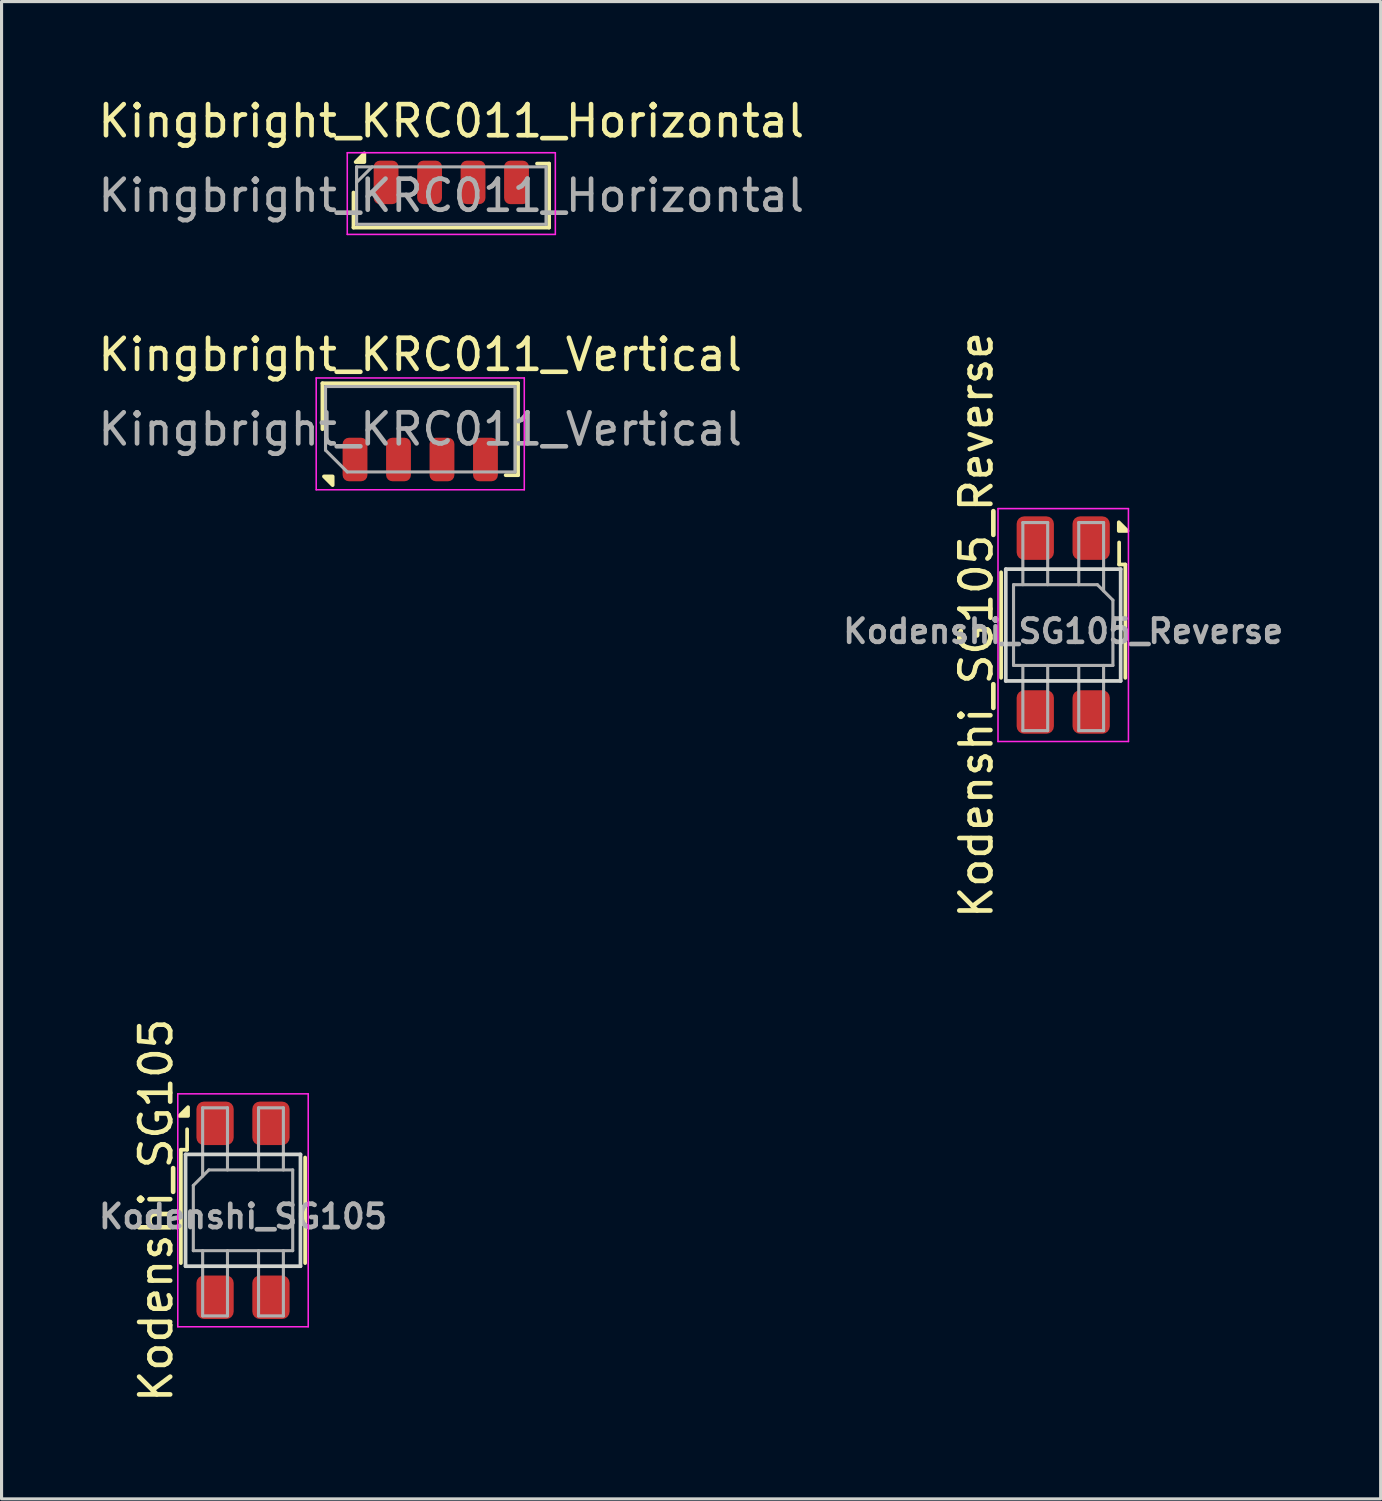
<source format=kicad_pcb>
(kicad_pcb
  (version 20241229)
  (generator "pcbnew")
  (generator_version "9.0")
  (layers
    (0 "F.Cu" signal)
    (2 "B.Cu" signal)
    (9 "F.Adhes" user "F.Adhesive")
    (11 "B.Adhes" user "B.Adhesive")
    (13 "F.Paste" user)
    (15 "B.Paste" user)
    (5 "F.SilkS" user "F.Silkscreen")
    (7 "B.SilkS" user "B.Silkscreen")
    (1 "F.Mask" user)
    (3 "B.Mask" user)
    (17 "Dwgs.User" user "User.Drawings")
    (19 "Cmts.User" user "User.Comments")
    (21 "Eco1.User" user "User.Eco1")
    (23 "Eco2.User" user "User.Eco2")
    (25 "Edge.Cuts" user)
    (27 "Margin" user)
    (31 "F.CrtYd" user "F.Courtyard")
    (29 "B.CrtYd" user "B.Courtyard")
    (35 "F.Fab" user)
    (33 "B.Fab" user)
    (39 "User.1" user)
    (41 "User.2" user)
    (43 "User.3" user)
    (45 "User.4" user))
  (footprint "Kingbright_KRC011_Horizontal"
    (layer "F.Cu")
    (at 11.482 3.248)
    (property "Reference" "Kingbright_KRC011_Horizontal" (at 0 -2.4 0) (layer "F.SilkS") (effects (font (size 1 1) (thickness 0.15))))
    (attr smd)
    (fp_line (start -3.15 -0.1) (end -3.15 1.03) (stroke (width 0.12) (type solid)) (layer "F.SilkS"))
    (fp_line (start -3.15 1.03) (end 3.15 1.03) (stroke (width 0.12) (type solid)) (layer "F.SilkS"))
    (fp_line (start 3.15 -1.03) (end 2.76 -1.03) (stroke (width 0.12) (type solid)) (layer "F.SilkS"))
    (fp_line (start 3.15 -1.03) (end 3.15 1.03) (stroke (width 0.12) (type solid)) (layer "F.SilkS"))
    (fp_poly (pts (xy -2.8 -1.08) (xy -3.08 -1.08) (xy -2.8 -1.36) (xy -2.8 -1.08)) (stroke (width 0.12) (type solid)) (fill yes) (layer "F.SilkS"))
    (fp_line (start -3.35 -1.38) (end -3.35 1.25) (stroke (width 0.05) (type solid)) (layer "F.CrtYd"))
    (fp_line (start -3.35 -1.38) (end 3.35 -1.38) (stroke (width 0.05) (type solid)) (layer "F.CrtYd"))
    (fp_line (start -3.35 1.25) (end 3.35 1.25) (stroke (width 0.05) (type solid)) (layer "F.CrtYd"))
    (fp_line (start 3.35 1.25) (end 3.35 -1.38) (stroke (width 0.05) (type solid)) (layer "F.CrtYd"))
    (fp_line (start -3.05 -0.925) (end 3.05 -0.925) (stroke (width 0.1) (type solid)) (layer "F.Fab"))
    (fp_line (start -3.05 -0.425) (end -2.55 -0.925) (stroke (width 0.1) (type solid)) (layer "F.Fab"))
    (fp_line (start -3.05 0.925) (end -3.05 -0.925) (stroke (width 0.1) (type solid)) (layer "F.Fab"))
    (fp_line (start 3.05 -0.925) (end 3.05 0.925) (stroke (width 0.1) (type solid)) (layer "F.Fab"))
    (fp_line (start 3.05 0.925) (end -3.05 0.925) (stroke (width 0.1) (type solid)) (layer "F.Fab"))
    (fp_text user "${REFERENCE}" (at 0 0 0) (layer "F.Fab") (effects (font (size 1 1) (thickness 0.15))))
    (pad "1" smd roundrect (at -2.1 -0.425) (size 0.8 1.4) (layers "F.Cu" "F.Mask" "F.Paste") (roundrect_rratio 0.25))
    (pad "2" smd roundrect (at -0.7 -0.425) (size 0.8 1.4) (layers "F.Cu" "F.Mask" "F.Paste") (roundrect_rratio 0.25))
    (pad "3" smd roundrect (at 0.7 -0.425) (size 0.8 1.4) (layers "F.Cu" "F.Mask" "F.Paste") (roundrect_rratio 0.25))
    (pad "4" smd roundrect (at 2.1 -0.425) (size 0.8 1.4) (layers "F.Cu" "F.Mask" "F.Paste") (roundrect_rratio 0.25)))
  (footprint "Kingbright_KRC011_Vertical"
    (layer "F.Cu")
    (at 10.482 10.771)
    (property "Reference" "Kingbright_KRC011_Vertical" (at 0 -2.4 0) (layer "F.SilkS") (effects (font (size 1 1) (thickness 0.15))))
    (attr smd)
    (fp_line (start -3.15 -1.48) (end -3.15 0) (stroke (width 0.12) (type solid)) (layer "F.SilkS"))
    (fp_line (start 3.15 -1.48) (end -3.15 -1.48) (stroke (width 0.12) (type solid)) (layer "F.SilkS"))
    (fp_line (start 3.15 -1.48) (end 3.15 1.48) (stroke (width 0.12) (type solid)) (layer "F.SilkS"))
    (fp_line (start 3.15 1.48) (end 2.75 1.48) (stroke (width 0.12) (type solid)) (layer "F.SilkS"))
    (fp_poly (pts (xy -2.82 1.52) (xy -2.82 1.8) (xy -3.1 1.52) (xy -2.82 1.52)) (stroke (width 0.12) (type solid)) (fill yes) (layer "F.SilkS"))
    (fp_line (start -3.35 -1.65) (end -3.35 1.95) (stroke (width 0.05) (type solid)) (layer "F.CrtYd"))
    (fp_line (start -3.35 -1.65) (end 3.35 -1.65) (stroke (width 0.05) (type solid)) (layer "F.CrtYd"))
    (fp_line (start -3.35 1.95) (end 3.35 1.95) (stroke (width 0.05) (type solid)) (layer "F.CrtYd"))
    (fp_line (start 3.35 1.95) (end 3.35 -1.65) (stroke (width 0.05) (type solid)) (layer "F.CrtYd"))
    (fp_line (start -3.05 -1.375) (end 3.05 -1.375) (stroke (width 0.1) (type solid)) (layer "F.Fab"))
    (fp_line (start -3.05 0.675) (end -3.05 -1.375) (stroke (width 0.1) (type solid)) (layer "F.Fab"))
    (fp_line (start -3.05 0.675) (end -2.35 1.375) (stroke (width 0.1) (type solid)) (layer "F.Fab"))
    (fp_line (start 3.05 -1.375) (end 3.05 1.375) (stroke (width 0.1) (type solid)) (layer "F.Fab"))
    (fp_line (start 3.05 1.375) (end -2.35 1.375) (stroke (width 0.1) (type solid)) (layer "F.Fab"))
    (fp_text user "${REFERENCE}" (at 0 0 0) (layer "F.Fab") (effects (font (size 1 1) (thickness 0.15))))
    (pad "1" smd roundrect (at -2.1 0.975) (size 0.8 1.4) (layers "F.Cu" "F.Mask" "F.Paste") (roundrect_rratio 0.25))
    (pad "2" smd roundrect (at -0.7 0.975) (size 0.8 1.4) (layers "F.Cu" "F.Mask" "F.Paste") (roundrect_rratio 0.25))
    (pad "3" smd roundrect (at 0.7 0.975) (size 0.8 1.4) (layers "F.Cu" "F.Mask" "F.Paste") (roundrect_rratio 0.25))
    (pad "4" smd roundrect (at 2.1 0.975) (size 0.8 1.4) (layers "F.Cu" "F.Mask" "F.Paste") (roundrect_rratio 0.25)))
  (footprint "Kodenshi_SG105"
    (layer "F.Cu")
    (at 4.775 35.922)
    (property "Reference" "Kodenshi_SG105" (at -2.8 0 90) (layer "F.SilkS") (effects (font (size 1 1) (thickness 0.15))))
    (attr smd)
    (fp_line (start -2 -1.95) (end -1.8 -1.95) (stroke (width 0.12) (type solid)) (layer "F.SilkS"))
    (fp_line (start -2 1.7) (end -2 -1.95) (stroke (width 0.12) (type solid)) (layer "F.SilkS"))
    (fp_line (start -1.8 -1.95) (end -1.8 -2.61) (stroke (width 0.12) (type solid)) (layer "F.SilkS"))
    (fp_line (start 2 1.7) (end 2 -1.7) (stroke (width 0.12) (type solid)) (layer "F.SilkS"))
    (fp_poly (pts (xy -1.77 -3.04) (xy -2.05 -3.04) (xy -1.77 -3.32) (xy -1.77 -3.04)) (stroke (width 0.12) (type solid)) (fill yes) (layer "F.SilkS"))
    (fp_line (start -1.85 -1.8) (end 1.85 -1.8) (stroke (width 0.12) (type solid)) (layer "Edge.Cuts"))
    (fp_line (start -1.85 1.8) (end -1.85 -1.8) (stroke (width 0.12) (type solid)) (layer "Edge.Cuts"))
    (fp_line (start 1.85 -1.8) (end 1.85 1.8) (stroke (width 0.12) (type solid)) (layer "Edge.Cuts"))
    (fp_line (start 1.85 1.8) (end -1.85 1.8) (stroke (width 0.12) (type solid)) (layer "Edge.Cuts"))
    (fp_line (start -2.1 -3.75) (end -2.1 3.75) (stroke (width 0.05) (type solid)) (layer "F.CrtYd"))
    (fp_line (start -2.1 -3.75) (end 2.1 -3.75) (stroke (width 0.05) (type solid)) (layer "F.CrtYd"))
    (fp_line (start 2.1 3.75) (end -2.1 3.75) (stroke (width 0.05) (type solid)) (layer "F.CrtYd"))
    (fp_line (start 2.1 3.75) (end 2.1 -3.75) (stroke (width 0.05) (type solid)) (layer "F.CrtYd"))
    (fp_line (start -1.6 -0.8) (end -1.1 -1.3) (stroke (width 0.1) (type solid)) (layer "F.Fab"))
    (fp_line (start -1.6 1.3) (end -1.6 -0.8) (stroke (width 0.1) (type solid)) (layer "F.Fab"))
    (fp_line (start -1.3 -3.3) (end -1.3 -1.1) (stroke (width 0.1) (type solid)) (layer "F.Fab"))
    (fp_line (start -1.3 -3.3) (end -0.5 -3.3) (stroke (width 0.1) (type solid)) (layer "F.Fab"))
    (fp_line (start -1.3 3.4) (end -1.3 1.3) (stroke (width 0.1) (type solid)) (layer "F.Fab"))
    (fp_line (start -1.1 -1.3) (end 1.6 -1.3) (stroke (width 0.1) (type solid)) (layer "F.Fab"))
    (fp_line (start -0.5 -3.3) (end -0.5 -1.3) (stroke (width 0.1) (type solid)) (layer "F.Fab"))
    (fp_line (start -0.5 1.3) (end -0.5 3.4) (stroke (width 0.1) (type solid)) (layer "F.Fab"))
    (fp_line (start -0.5 3.4) (end -1.3 3.4) (stroke (width 0.1) (type solid)) (layer "F.Fab"))
    (fp_line (start 0.5 -3.3) (end 1.3 -3.3) (stroke (width 0.1) (type solid)) (layer "F.Fab"))
    (fp_line (start 0.5 -1.3) (end 0.5 -3.3) (stroke (width 0.1) (type solid)) (layer "F.Fab"))
    (fp_line (start 0.5 1.3) (end 0.5 3.4) (stroke (width 0.1) (type solid)) (layer "F.Fab"))
    (fp_line (start 0.5 3.4) (end 1.3 3.4) (stroke (width 0.1) (type solid)) (layer "F.Fab"))
    (fp_line (start 1.3 -3.3) (end 1.3 -1.3) (stroke (width 0.1) (type solid)) (layer "F.Fab"))
    (fp_line (start 1.3 3.4) (end 1.3 1.3) (stroke (width 0.1) (type solid)) (layer "F.Fab"))
    (fp_line (start 1.6 -1.3) (end 1.6 1.3) (stroke (width 0.1) (type solid)) (layer "F.Fab"))
    (fp_line (start 1.6 1.3) (end -1.6 1.3) (stroke (width 0.1) (type solid)) (layer "F.Fab"))
    (fp_text user "${REFERENCE}" (at 0 0.2 0) (layer "F.Fab") (effects (font (size 0.75 0.75) (thickness 0.15))))
    (pad "1" smd roundrect (at -0.9 -2.8) (size 1.2 1.4) (layers "F.Cu" "F.Mask" "F.Paste") (roundrect_rratio 0.2))
    (pad "2" smd roundrect (at -0.9 2.8) (size 1.2 1.4) (layers "F.Cu" "F.Mask" "F.Paste") (roundrect_rratio 0.2))
    (pad "3" smd roundrect (at 0.9 2.8) (size 1.2 1.4) (layers "F.Cu" "F.Mask" "F.Paste") (roundrect_rratio 0.2))
    (pad "4" smd roundrect (at 0.9 -2.8) (size 1.2 1.4) (layers "F.Cu" "F.Mask" "F.Paste") (roundrect_rratio 0.2)))
  (footprint "Kodenshi_SG105_Reverse"
    (layer "F.Cu")
    (at 31.186 17.077)
    (property "Reference" "Kodenshi_SG105_Reverse" (at -2.8 0 90) (layer "F.SilkS") (effects (font (size 1 1) (thickness 0.15))))
    (attr smd)
    (fp_line (start -2 1.7) (end -2 -1.7) (stroke (width 0.12) (type solid)) (layer "F.SilkS"))
    (fp_line (start 1.8 -1.95) (end 1.8 -2.66) (stroke (width 0.12) (type solid)) (layer "F.SilkS"))
    (fp_line (start 1.8 -1.95) (end 2 -1.95) (stroke (width 0.12) (type solid)) (layer "F.SilkS"))
    (fp_line (start 2 1.7) (end 2 -1.95) (stroke (width 0.12) (type solid)) (layer "F.SilkS"))
    (fp_poly (pts (xy 1.79 -3.03) (xy 1.79 -3.31) (xy 2.07 -3.03) (xy 1.79 -3.03)) (stroke (width 0.12) (type solid)) (fill yes) (layer "F.SilkS"))
    (fp_line (start -1.85 -1.8) (end 1.85 -1.8) (stroke (width 0.12) (type solid)) (layer "Edge.Cuts"))
    (fp_line (start -1.85 1.8) (end -1.85 -1.8) (stroke (width 0.12) (type solid)) (layer "Edge.Cuts"))
    (fp_line (start 1.85 -1.8) (end 1.85 1.8) (stroke (width 0.12) (type solid)) (layer "Edge.Cuts"))
    (fp_line (start 1.85 1.8) (end -1.85 1.8) (stroke (width 0.12) (type solid)) (layer "Edge.Cuts"))
    (fp_line (start -2.1 -3.75) (end -2.1 3.75) (stroke (width 0.05) (type solid)) (layer "F.CrtYd"))
    (fp_line (start -2.1 -3.75) (end 2.1 -3.75) (stroke (width 0.05) (type solid)) (layer "F.CrtYd"))
    (fp_line (start 2.1 3.75) (end -2.1 3.75) (stroke (width 0.05) (type solid)) (layer "F.CrtYd"))
    (fp_line (start 2.1 3.75) (end 2.1 -3.75) (stroke (width 0.05) (type solid)) (layer "F.CrtYd"))
    (fp_line (start -1.6 -1.3) (end -1.6 1.3) (stroke (width 0.1) (type solid)) (layer "F.Fab"))
    (fp_line (start -1.6 1.3) (end 1.6 1.3) (stroke (width 0.1) (type solid)) (layer "F.Fab"))
    (fp_line (start -1.3 -3.3) (end -1.3 -1.3) (stroke (width 0.1) (type solid)) (layer "F.Fab"))
    (fp_line (start -1.3 -3.3) (end -0.5 -3.3) (stroke (width 0.1) (type solid)) (layer "F.Fab"))
    (fp_line (start -1.3 3.4) (end -1.3 1.3) (stroke (width 0.1) (type solid)) (layer "F.Fab"))
    (fp_line (start -0.5 -3.3) (end -0.5 -1.3) (stroke (width 0.1) (type solid)) (layer "F.Fab"))
    (fp_line (start -0.5 1.3) (end -0.5 3.4) (stroke (width 0.1) (type solid)) (layer "F.Fab"))
    (fp_line (start -0.5 3.4) (end -1.3 3.4) (stroke (width 0.1) (type solid)) (layer "F.Fab"))
    (fp_line (start 0.5 -3.3) (end 1.3 -3.3) (stroke (width 0.1) (type solid)) (layer "F.Fab"))
    (fp_line (start 0.5 -1.3) (end 0.5 -3.3) (stroke (width 0.1) (type solid)) (layer "F.Fab"))
    (fp_line (start 0.5 1.3) (end 0.5 3.4) (stroke (width 0.1) (type solid)) (layer "F.Fab"))
    (fp_line (start 0.5 3.4) (end 1.3 3.4) (stroke (width 0.1) (type solid)) (layer "F.Fab"))
    (fp_line (start 1.1 -1.3) (end -1.6 -1.3) (stroke (width 0.1) (type solid)) (layer "F.Fab"))
    (fp_line (start 1.3 -3.3) (end 1.3 -1.1) (stroke (width 0.1) (type solid)) (layer "F.Fab"))
    (fp_line (start 1.3 3.4) (end 1.3 1.3) (stroke (width 0.1) (type solid)) (layer "F.Fab"))
    (fp_line (start 1.6 -0.8) (end 1.1 -1.3) (stroke (width 0.1) (type solid)) (layer "F.Fab"))
    (fp_line (start 1.6 1.3) (end 1.6 -0.8) (stroke (width 0.1) (type solid)) (layer "F.Fab"))
    (fp_text user "${REFERENCE}" (at 0 0.2 0) (layer "F.Fab") (effects (font (size 0.75 0.75) (thickness 0.15))))
    (pad "1" smd roundrect (at 0.9 -2.8) (size 1.2 1.4) (layers "F.Cu" "F.Mask" "F.Paste") (roundrect_rratio 0.2))
    (pad "2" smd roundrect (at 0.9 2.8) (size 1.2 1.4) (layers "F.Cu" "F.Mask" "F.Paste") (roundrect_rratio 0.2))
    (pad "3" smd roundrect (at -0.9 2.8) (size 1.2 1.4) (layers "F.Cu" "F.Mask" "F.Paste") (roundrect_rratio 0.2))
    (pad "4" smd roundrect (at -0.9 -2.8) (size 1.2 1.4) (layers "F.Cu" "F.Mask" "F.Paste") (roundrect_rratio 0.2)))
  (gr_rect
    (start -3 -3)
    (end 41.407 45.214)
    (stroke (width 0.1) (type default))
    (fill no)
    (layer "Edge.Cuts")))
</source>
